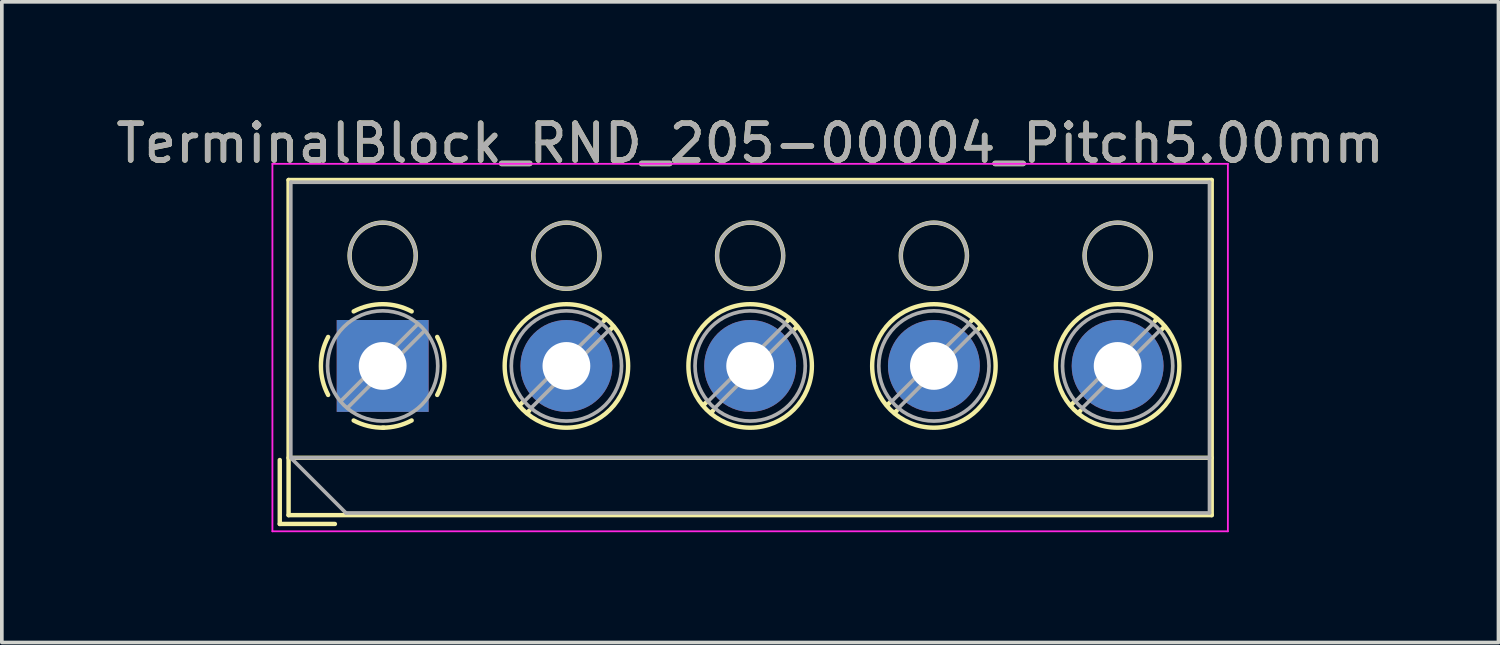
<source format=kicad_pcb>
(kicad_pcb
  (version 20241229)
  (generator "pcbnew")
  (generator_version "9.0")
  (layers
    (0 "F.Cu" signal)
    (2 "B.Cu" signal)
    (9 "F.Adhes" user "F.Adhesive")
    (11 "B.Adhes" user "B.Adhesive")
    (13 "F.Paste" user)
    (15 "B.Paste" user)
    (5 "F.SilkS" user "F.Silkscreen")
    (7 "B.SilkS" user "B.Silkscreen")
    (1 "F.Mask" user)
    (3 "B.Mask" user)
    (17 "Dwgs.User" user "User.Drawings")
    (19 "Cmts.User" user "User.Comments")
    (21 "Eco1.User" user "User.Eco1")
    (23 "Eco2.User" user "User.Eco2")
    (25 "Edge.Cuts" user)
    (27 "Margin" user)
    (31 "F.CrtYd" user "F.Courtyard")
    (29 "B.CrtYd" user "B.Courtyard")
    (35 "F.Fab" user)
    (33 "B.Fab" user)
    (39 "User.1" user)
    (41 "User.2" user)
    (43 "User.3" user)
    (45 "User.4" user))
  (footprint "TerminalBlock_RND_205-00004_Pitch5.00mm"
    (layer "F.Cu")
    (at 7.363 6.908)
    (property "Reference" "TerminalBlock_RND_205-00004_Pitch5.00mm" (at 10 -6.06 0) (layer "F.SilkS") (effects (font (size 1 1) (thickness 0.15))))
    (attr through_hole)
    (fp_line (start -2.8 2.56) (end -2.8 4.3) (stroke (width 0.12) (type solid)) (layer "F.SilkS"))
    (fp_line (start -2.8 4.3) (end -1.3 4.3) (stroke (width 0.12) (type solid)) (layer "F.SilkS"))
    (fp_line (start -2.56 -5.06) (end -2.56 4.06) (stroke (width 0.12) (type solid)) (layer "F.SilkS"))
    (fp_line (start -2.56 2.5) (end 22.56 2.5) (stroke (width 0.12) (type solid)) (layer "F.SilkS"))
    (fp_line (start -2.56 4.06) (end 22.56 4.06) (stroke (width 0.12) (type solid)) (layer "F.SilkS"))
    (fp_line (start 3.82 0.976) (end 3.726 1.069) (stroke (width 0.12) (type solid)) (layer "F.SilkS"))
    (fp_line (start 3.99 1.216) (end 3.931 1.274) (stroke (width 0.12) (type solid)) (layer "F.SilkS"))
    (fp_line (start 6.07 -1.275) (end 6.011 -1.216) (stroke (width 0.12) (type solid)) (layer "F.SilkS"))
    (fp_line (start 6.275 -1.069) (end 6.181 -0.976) (stroke (width 0.12) (type solid)) (layer "F.SilkS"))
    (fp_line (start 8.82 0.976) (end 8.726 1.069) (stroke (width 0.12) (type solid)) (layer "F.SilkS"))
    (fp_line (start 8.99 1.216) (end 8.931 1.274) (stroke (width 0.12) (type solid)) (layer "F.SilkS"))
    (fp_line (start 11.07 -1.275) (end 11.011 -1.216) (stroke (width 0.12) (type solid)) (layer "F.SilkS"))
    (fp_line (start 11.275 -1.069) (end 11.181 -0.976) (stroke (width 0.12) (type solid)) (layer "F.SilkS"))
    (fp_line (start 13.82 0.976) (end 13.726 1.069) (stroke (width 0.12) (type solid)) (layer "F.SilkS"))
    (fp_line (start 13.99 1.216) (end 13.931 1.274) (stroke (width 0.12) (type solid)) (layer "F.SilkS"))
    (fp_line (start 16.07 -1.275) (end 16.011 -1.216) (stroke (width 0.12) (type solid)) (layer "F.SilkS"))
    (fp_line (start 16.275 -1.069) (end 16.181 -0.976) (stroke (width 0.12) (type solid)) (layer "F.SilkS"))
    (fp_line (start 18.82 0.976) (end 18.726 1.069) (stroke (width 0.12) (type solid)) (layer "F.SilkS"))
    (fp_line (start 18.99 1.216) (end 18.931 1.274) (stroke (width 0.12) (type solid)) (layer "F.SilkS"))
    (fp_line (start 21.07 -1.275) (end 21.011 -1.216) (stroke (width 0.12) (type solid)) (layer "F.SilkS"))
    (fp_line (start 21.275 -1.069) (end 21.181 -0.976) (stroke (width 0.12) (type solid)) (layer "F.SilkS"))
    (fp_line (start 22.56 -5.06) (end -2.56 -5.06) (stroke (width 0.12) (type solid)) (layer "F.SilkS"))
    (fp_line (start 22.56 4.06) (end 22.56 -5.06) (stroke (width 0.12) (type solid)) (layer "F.SilkS"))
    (fp_arc (start -1.483953 0.789089) (mid -1.680708 0.00005) (end -1.484 -0.789) (stroke (width 0.12) (type solid)) (layer "F.SilkS"))
    (fp_arc (start -0.789089 -1.483953) (mid -0.00005 -1.680708) (end 0.789 -1.484) (stroke (width 0.12) (type solid)) (layer "F.SilkS"))
    (fp_arc (start 0.029383 1.68045) (mid -0.392304 1.634281) (end -0.789 1.484) (stroke (width 0.12) (type solid)) (layer "F.SilkS"))
    (fp_arc (start 0.788712 1.483352) (mid 0.406429 1.630097) (end 0 1.68) (stroke (width 0.12) (type solid)) (layer "F.SilkS"))
    (fp_arc (start 1.483953 -0.789089) (mid 1.680708 -0.00005) (end 1.484 0.789) (stroke (width 0.12) (type solid)) (layer "F.SilkS"))
    (fp_circle (center 0 -3) (end 0.9 -3) (stroke (width 0.12) (type solid)) (fill no) (layer "F.SilkS"))
    (fp_circle (center 5 -3) (end 5.9 -3) (stroke (width 0.12) (type solid)) (fill no) (layer "F.SilkS"))
    (fp_circle (center 5 0) (end 6.68 0) (stroke (width 0.12) (type solid)) (fill no) (layer "F.SilkS"))
    (fp_circle (center 10 -3) (end 10.9 -3) (stroke (width 0.12) (type solid)) (fill no) (layer "F.SilkS"))
    (fp_circle (center 10 0) (end 11.68 0) (stroke (width 0.12) (type solid)) (fill no) (layer "F.SilkS"))
    (fp_circle (center 15 -3) (end 15.9 -3) (stroke (width 0.12) (type solid)) (fill no) (layer "F.SilkS"))
    (fp_circle (center 15 0) (end 16.68 0) (stroke (width 0.12) (type solid)) (fill no) (layer "F.SilkS"))
    (fp_circle (center 20 -3) (end 20.9 -3) (stroke (width 0.12) (type solid)) (fill no) (layer "F.SilkS"))
    (fp_circle (center 20 0) (end 21.68 0) (stroke (width 0.12) (type solid)) (fill no) (layer "F.SilkS"))
    (fp_line (start -3 -5.5) (end -3 4.5) (stroke (width 0.05) (type solid)) (layer "F.CrtYd"))
    (fp_line (start -3 4.5) (end 23 4.5) (stroke (width 0.05) (type solid)) (layer "F.CrtYd"))
    (fp_line (start 23 -5.5) (end -3 -5.5) (stroke (width 0.05) (type solid)) (layer "F.CrtYd"))
    (fp_line (start 23 4.5) (end 23 -5.5) (stroke (width 0.05) (type solid)) (layer "F.CrtYd"))
    (fp_line (start -2.5 -5) (end 22.5 -5) (stroke (width 0.1) (type solid)) (layer "F.Fab"))
    (fp_line (start -2.5 2.5) (end -2.5 -5) (stroke (width 0.1) (type solid)) (layer "F.Fab"))
    (fp_line (start -2.5 2.5) (end 22.5 2.5) (stroke (width 0.1) (type solid)) (layer "F.Fab"))
    (fp_line (start -1 4) (end -2.5 2.5) (stroke (width 0.1) (type solid)) (layer "F.Fab"))
    (fp_line (start 0.955 -1.138) (end -1.138 0.955) (stroke (width 0.1) (type solid)) (layer "F.Fab"))
    (fp_line (start 1.138 -0.955) (end -0.955 1.138) (stroke (width 0.1) (type solid)) (layer "F.Fab"))
    (fp_line (start 5.955 -1.138) (end 3.863 0.955) (stroke (width 0.1) (type solid)) (layer "F.Fab"))
    (fp_line (start 6.138 -0.955) (end 4.046 1.138) (stroke (width 0.1) (type solid)) (layer "F.Fab"))
    (fp_line (start 10.955 -1.138) (end 8.863 0.955) (stroke (width 0.1) (type solid)) (layer "F.Fab"))
    (fp_line (start 11.138 -0.955) (end 9.046 1.138) (stroke (width 0.1) (type solid)) (layer "F.Fab"))
    (fp_line (start 15.955 -1.138) (end 13.863 0.955) (stroke (width 0.1) (type solid)) (layer "F.Fab"))
    (fp_line (start 16.138 -0.955) (end 14.046 1.138) (stroke (width 0.1) (type solid)) (layer "F.Fab"))
    (fp_line (start 20.955 -1.138) (end 18.863 0.955) (stroke (width 0.1) (type solid)) (layer "F.Fab"))
    (fp_line (start 21.138 -0.955) (end 19.046 1.138) (stroke (width 0.1) (type solid)) (layer "F.Fab"))
    (fp_line (start 22.5 -5) (end 22.5 4) (stroke (width 0.1) (type solid)) (layer "F.Fab"))
    (fp_line (start 22.5 4) (end -1 4) (stroke (width 0.1) (type solid)) (layer "F.Fab"))
    (fp_circle (center 0 -3) (end 0.9 -3) (stroke (width 0.1) (type solid)) (fill no) (layer "F.Fab"))
    (fp_circle (center 0 0) (end 1.5 0) (stroke (width 0.1) (type solid)) (fill no) (layer "F.Fab"))
    (fp_circle (center 5 -3) (end 5.9 -3) (stroke (width 0.1) (type solid)) (fill no) (layer "F.Fab"))
    (fp_circle (center 5 0) (end 6.5 0) (stroke (width 0.1) (type solid)) (fill no) (layer "F.Fab"))
    (fp_circle (center 10 -3) (end 10.9 -3) (stroke (width 0.1) (type solid)) (fill no) (layer "F.Fab"))
    (fp_circle (center 10 0) (end 11.5 0) (stroke (width 0.1) (type solid)) (fill no) (layer "F.Fab"))
    (fp_circle (center 15 -3) (end 15.9 -3) (stroke (width 0.1) (type solid)) (fill no) (layer "F.Fab"))
    (fp_circle (center 15 0) (end 16.5 0) (stroke (width 0.1) (type solid)) (fill no) (layer "F.Fab"))
    (fp_circle (center 20 -3) (end 20.9 -3) (stroke (width 0.1) (type solid)) (fill no) (layer "F.Fab"))
    (fp_circle (center 20 0) (end 21.5 0) (stroke (width 0.1) (type solid)) (fill no) (layer "F.Fab"))
    (fp_text user "${REFERENCE}" (at 10 -6.06 0) (layer "F.Fab") (effects (font (size 1 1) (thickness 0.15))))
    (pad "1" thru_hole rect (at 0 0) (size 2.5 2.5) (drill 1.3) (layers "*.Cu" "*.Mask"))
    (pad "2" thru_hole circle (at 5 0) (size 2.5 2.5) (drill 1.3) (layers "*.Cu" "*.Mask"))
    (pad "3" thru_hole circle (at 10 0) (size 2.5 2.5) (drill 1.3) (layers "*.Cu" "*.Mask"))
    (pad "4" thru_hole circle (at 15 0) (size 2.5 2.5) (drill 1.3) (layers "*.Cu" "*.Mask"))
    (pad "5" thru_hole circle (at 20 0) (size 2.5 2.5) (drill 1.3) (layers "*.Cu" "*.Mask")))
  (gr_rect
    (start -3 -3)
    (end 37.726 14.433)
    (stroke (width 0.1) (type default))
    (fill no)
    (layer "Edge.Cuts")))
</source>
